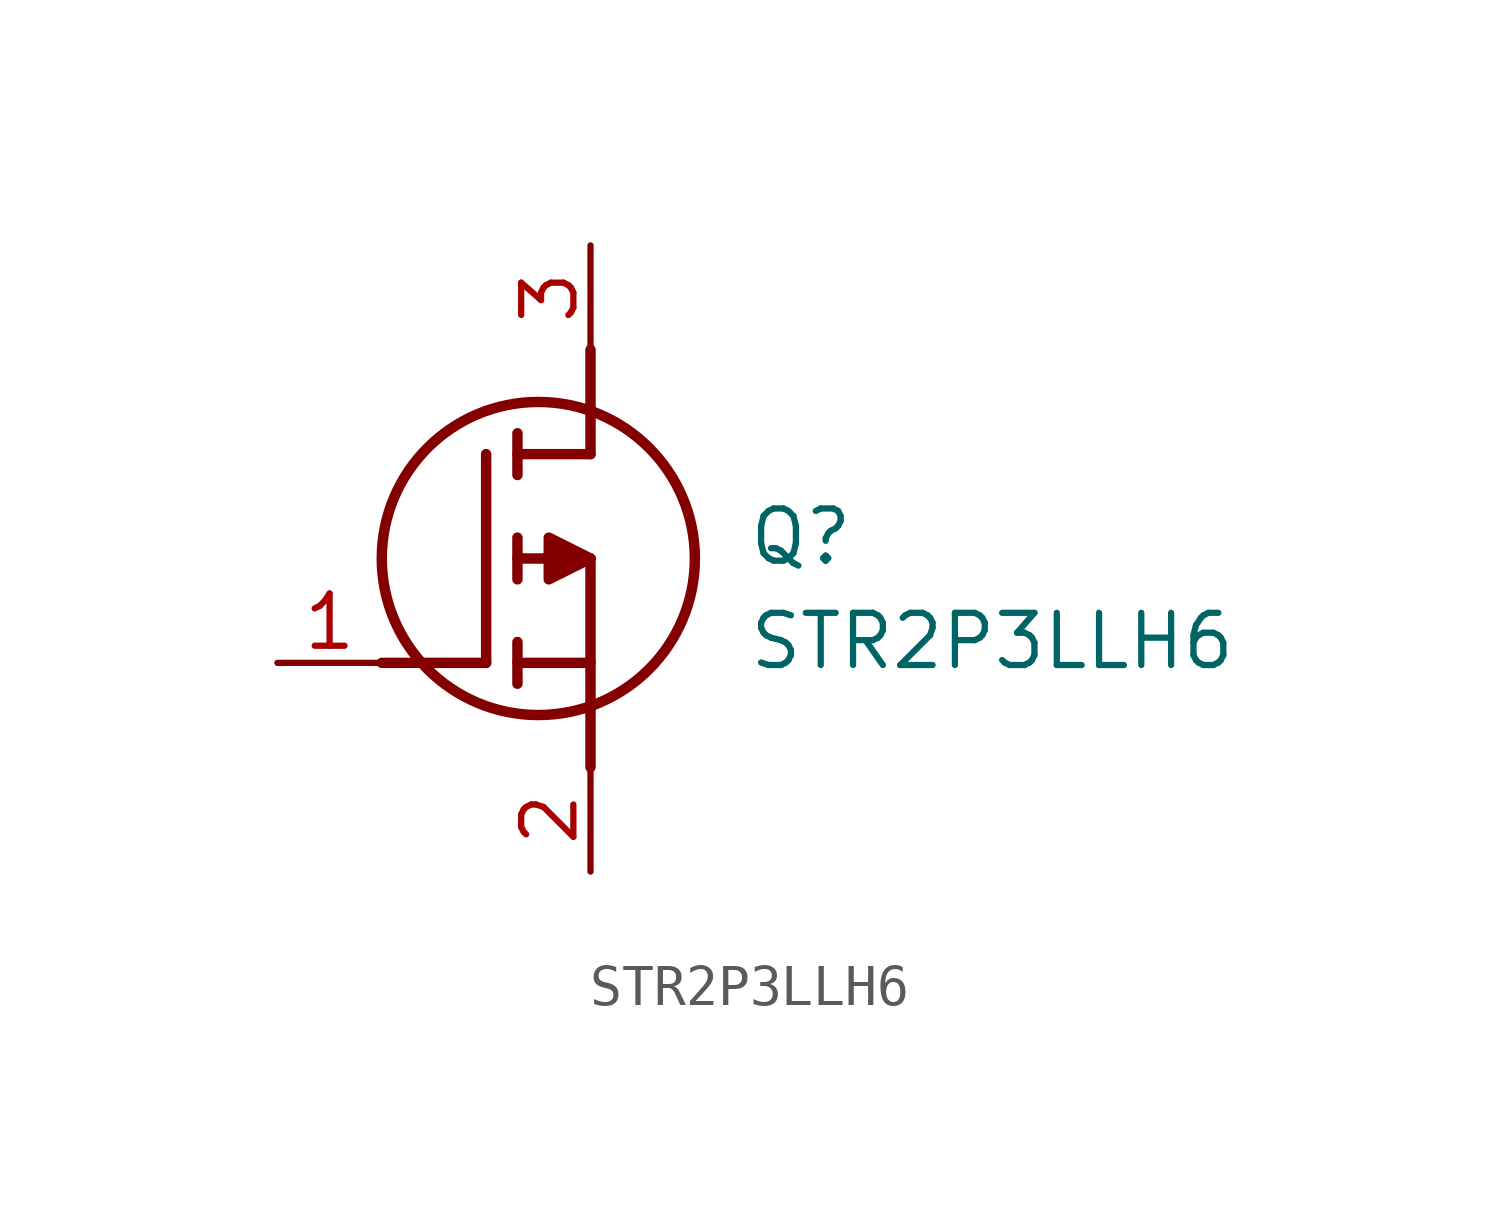
<source format=kicad_sym>
(kicad_symbol_lib
  (version 20211014)
  (generator SamacSys_ECAD_Model)
  (symbol "STR2P3LLH6"
    (pin_names hide)
    (property "Reference" "Q"
      (at 11.43 3.81 0)
      (effects (font (size 1.27 1.27)) (justify left top)))
    (property "Value" "STR2P3LLH6"
      (at 11.43 1.27 0)
      (effects (font (size 1.27 1.27)) (justify left top)))
    (polyline
      (pts (xy 7.62 2.54) (xy 7.62 -2.54))
      (stroke (width 0.254) (type default))
      (fill (type none)))
    (polyline
      (pts (xy 7.62 5.08) (xy 7.62 7.62))
      (stroke (width 0.254) (type default))
      (fill (type none)))
    (polyline
      (pts (xy 2.54 0) (xy 5.08 0))
      (stroke (width 0.254) (type default))
      (fill (type none)))
    (polyline
      (pts (xy 5.08 5.08) (xy 5.08 0))
      (stroke (width 0.254) (type default))
      (fill (type none)))
    (polyline
      (pts (xy 7.62 2.54) (xy 5.842 2.54))
      (stroke (width 0.254) (type default))
      (fill (type none)))
    (polyline
      (pts (xy 7.62 5.08) (xy 5.842 5.08))
      (stroke (width 0.254) (type default))
      (fill (type none)))
    (polyline
      (pts (xy 5.842 0) (xy 7.62 0))
      (stroke (width 0.254) (type default))
      (fill (type none)))
    (polyline
      (pts (xy 5.842 5.588) (xy 5.842 4.572))
      (stroke (width 0.254) (type default))
      (fill (type none)))
    (polyline
      (pts (xy 5.842 -0.508) (xy 5.842 0.508))
      (stroke (width 0.254) (type default))
      (fill (type none)))
    (polyline
      (pts (xy 5.842 2.032) (xy 5.842 3.048))
      (stroke (width 0.254) (type default))
      (fill (type none)))
    (circle
      (center 6.35 2.54)
      (radius 3.81)
      (stroke (width 0.254) (type default))
      (fill (type none)))
    (polyline
      (pts (xy 7.62 2.54) (xy 6.604 3.048) (xy 6.604 2.032) (xy 7.62 2.54))
      (stroke (width 0.254) (type default))
      (fill (type outline)))
    (pin passive line
      (at 0 0 0)
      (length 2.54)
      (name "G" (effects (font (size 1.27 1.27))))
      (number "1" (effects (font (size 1.27 1.27)))))
    (pin passive line
      (at 7.62 10.16 270)
      (length 2.54)
      (name "D" (effects (font (size 1.27 1.27))))
      (number "3" (effects (font (size 1.27 1.27)))))
    (pin passive line
      (at 7.62 -5.08 90)
      (length 2.54)
      (name "S" (effects (font (size 1.27 1.27))))
      (number "2" (effects (font (size 1.27 1.27)))))))
</source>
